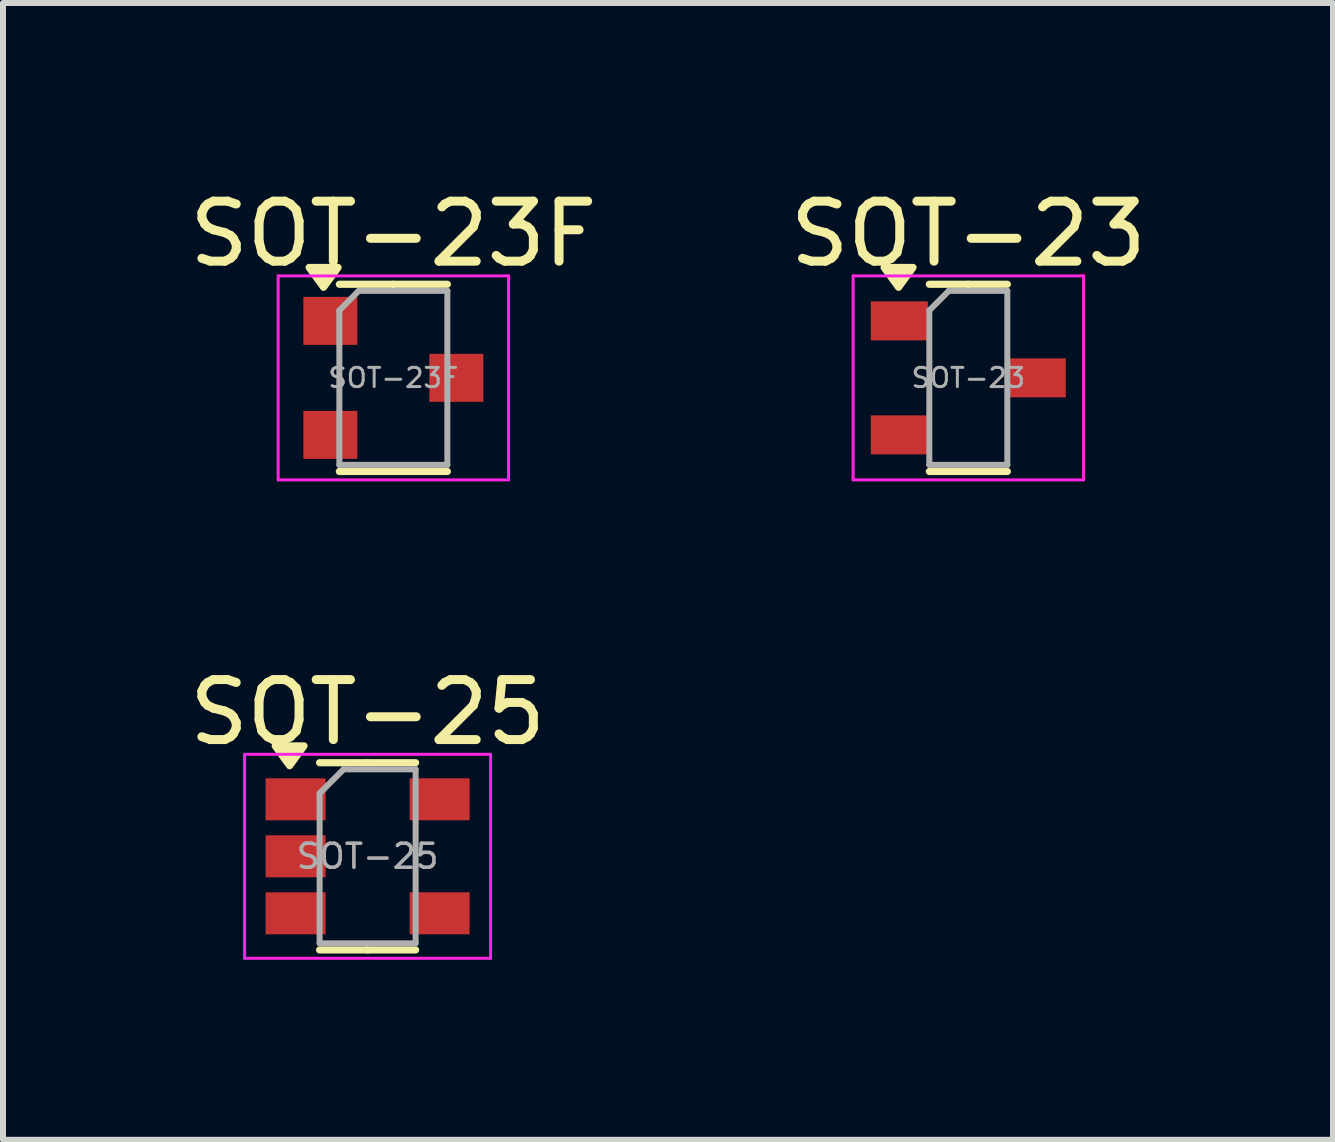
<source format=kicad_pcb>
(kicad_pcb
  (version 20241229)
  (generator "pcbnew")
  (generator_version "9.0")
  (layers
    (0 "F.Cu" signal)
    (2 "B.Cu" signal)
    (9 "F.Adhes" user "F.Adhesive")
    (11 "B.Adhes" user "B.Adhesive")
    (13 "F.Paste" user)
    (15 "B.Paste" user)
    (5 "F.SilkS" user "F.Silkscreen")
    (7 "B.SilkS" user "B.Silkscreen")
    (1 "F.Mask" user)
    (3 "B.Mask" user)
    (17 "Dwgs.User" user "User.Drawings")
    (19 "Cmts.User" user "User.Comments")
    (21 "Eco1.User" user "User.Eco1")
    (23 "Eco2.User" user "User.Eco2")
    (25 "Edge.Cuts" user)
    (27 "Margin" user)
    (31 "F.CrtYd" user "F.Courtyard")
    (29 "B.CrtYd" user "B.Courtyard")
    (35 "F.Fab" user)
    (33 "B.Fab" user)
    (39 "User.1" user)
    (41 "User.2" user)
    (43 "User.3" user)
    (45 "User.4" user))
  (footprint "SOT-23F"
    (layer "F.Cu")
    (at 3.506 3.248)
    (property "Reference" "SOT-23F" (at 0 -2.4 0) (layer "F.SilkS") (effects (font (size 1 1) (thickness 0.15))))
    (attr smd)
    (fp_line (start 0 -1.56) (end -0.9 -1.56) (stroke (width 0.12) (type solid)) (layer "F.SilkS"))
    (fp_line (start 0 -1.56) (end 0.9 -1.56) (stroke (width 0.12) (type solid)) (layer "F.SilkS"))
    (fp_line (start 0 1.56) (end -0.9 1.56) (stroke (width 0.12) (type solid)) (layer "F.SilkS"))
    (fp_line (start 0 1.56) (end 0.9 1.56) (stroke (width 0.12) (type solid)) (layer "F.SilkS"))
    (fp_poly (pts (xy -1.163 -1.51) (xy -1.403 -1.84) (xy -0.922 -1.84) (xy -1.163 -1.51)) (stroke (width 0.12) (type solid)) (fill yes) (layer "F.SilkS"))
    (fp_line (start -1.92 -1.7) (end -1.92 1.7) (stroke (width 0.05) (type solid)) (layer "F.CrtYd"))
    (fp_line (start -1.92 1.7) (end 1.92 1.7) (stroke (width 0.05) (type solid)) (layer "F.CrtYd"))
    (fp_line (start 1.92 -1.7) (end -1.92 -1.7) (stroke (width 0.05) (type solid)) (layer "F.CrtYd"))
    (fp_line (start 1.92 1.7) (end 1.92 -1.7) (stroke (width 0.05) (type solid)) (layer "F.CrtYd"))
    (fp_line (start -0.9 -1.125) (end -0.578 -1.45) (stroke (width 0.1) (type solid)) (layer "F.Fab"))
    (fp_line (start -0.9 1.45) (end -0.9 -1.125) (stroke (width 0.1) (type solid)) (layer "F.Fab"))
    (fp_line (start -0.578 -1.45) (end 0.9 -1.45) (stroke (width 0.1) (type solid)) (layer "F.Fab"))
    (fp_line (start 0.9 -1.45) (end 0.9 1.45) (stroke (width 0.1) (type solid)) (layer "F.Fab"))
    (fp_line (start 0.9 1.45) (end -0.9 1.45) (stroke (width 0.1) (type solid)) (layer "F.Fab"))
    (fp_text user "${REFERENCE}" (at 0 0 0) (layer "F.Fab") (effects (font (size 0.32 0.32) (thickness 0.05))))
    (pad "1" smd rect (at -1.05 -0.95) (size 0.9 0.8) (layers "F.Cu" "F.Mask" "F.Paste"))
    (pad "2" smd rect (at -1.05 0.95) (size 0.9 0.8) (layers "F.Cu" "F.Mask" "F.Paste"))
    (pad "3" smd rect (at 1.05 0) (size 0.9 0.8) (layers "F.Cu" "F.Mask" "F.Paste")))
  (footprint "SOT-25"
    (layer "F.Cu")
    (at 3.077 11.222)
    (property "Reference" "SOT-25" (at 0 -2.4 0) (layer "F.SilkS") (effects (font (size 1 1) (thickness 0.15))))
    (attr smd)
    (fp_line (start 0 -1.56) (end -0.8 -1.56) (stroke (width 0.12) (type solid)) (layer "F.SilkS"))
    (fp_line (start 0 -1.56) (end 0.8 -1.56) (stroke (width 0.12) (type solid)) (layer "F.SilkS"))
    (fp_line (start 0 1.56) (end -0.8 1.56) (stroke (width 0.12) (type solid)) (layer "F.SilkS"))
    (fp_line (start 0 1.56) (end 0.8 1.56) (stroke (width 0.12) (type solid)) (layer "F.SilkS"))
    (fp_poly (pts (xy -1.3 -1.51) (xy -1.54 -1.84) (xy -1.06 -1.84) (xy -1.3 -1.51)) (stroke (width 0.12) (type solid)) (fill yes) (layer "F.SilkS"))
    (fp_line (start -2.05 -1.7) (end -2.05 1.7) (stroke (width 0.05) (type solid)) (layer "F.CrtYd"))
    (fp_line (start -2.05 1.7) (end 2.05 1.7) (stroke (width 0.05) (type solid)) (layer "F.CrtYd"))
    (fp_line (start 2.05 -1.7) (end -2.05 -1.7) (stroke (width 0.05) (type solid)) (layer "F.CrtYd"))
    (fp_line (start 2.05 1.7) (end 2.05 -1.7) (stroke (width 0.05) (type solid)) (layer "F.CrtYd"))
    (fp_line (start -0.8 -1.05) (end -0.4 -1.45) (stroke (width 0.1) (type solid)) (layer "F.Fab"))
    (fp_line (start -0.8 1.45) (end -0.8 -1.05) (stroke (width 0.1) (type solid)) (layer "F.Fab"))
    (fp_line (start -0.4 -1.45) (end 0.8 -1.45) (stroke (width 0.1) (type solid)) (layer "F.Fab"))
    (fp_line (start 0.8 -1.45) (end 0.8 1.45) (stroke (width 0.1) (type solid)) (layer "F.Fab"))
    (fp_line (start 0.8 1.45) (end -0.8 1.45) (stroke (width 0.1) (type solid)) (layer "F.Fab"))
    (fp_text user "${REFERENCE}" (at 0 0 0) (layer "F.Fab") (effects (font (size 0.4 0.4) (thickness 0.06))))
    (pad "1" smd rect (at -1.2 -0.95) (size 1 0.7) (layers "F.Cu" "F.Mask" "F.Paste"))
    (pad "2" smd rect (at -1.2 0) (size 1 0.7) (layers "F.Cu" "F.Mask" "F.Paste"))
    (pad "3" smd rect (at -1.2 0.95) (size 1 0.7) (layers "F.Cu" "F.Mask" "F.Paste"))
    (pad "4" smd rect (at 1.2 0.95) (size 1 0.7) (layers "F.Cu" "F.Mask" "F.Paste"))
    (pad "5" smd rect (at 1.2 -0.95) (size 1 0.7) (layers "F.Cu" "F.Mask" "F.Paste")))
  (footprint "SOT-23"
    (layer "F.Cu")
    (at 13.089 3.248)
    (property "Reference" "SOT-23" (at 0 -2.4 0) (layer "F.SilkS") (effects (font (size 1 1) (thickness 0.15))))
    (attr smd)
    (fp_line (start 0 -1.56) (end -0.65 -1.56) (stroke (width 0.12) (type solid)) (layer "F.SilkS"))
    (fp_line (start 0 -1.56) (end 0.65 -1.56) (stroke (width 0.12) (type solid)) (layer "F.SilkS"))
    (fp_line (start 0 1.56) (end -0.65 1.56) (stroke (width 0.12) (type solid)) (layer "F.SilkS"))
    (fp_line (start 0 1.56) (end 0.65 1.56) (stroke (width 0.12) (type solid)) (layer "F.SilkS"))
    (fp_poly (pts (xy -1.163 -1.51) (xy -1.403 -1.84) (xy -0.922 -1.84) (xy -1.163 -1.51)) (stroke (width 0.12) (type solid)) (fill yes) (layer "F.SilkS"))
    (fp_line (start -1.92 -1.7) (end -1.92 1.7) (stroke (width 0.05) (type solid)) (layer "F.CrtYd"))
    (fp_line (start -1.92 1.7) (end 1.92 1.7) (stroke (width 0.05) (type solid)) (layer "F.CrtYd"))
    (fp_line (start 1.92 -1.7) (end -1.92 -1.7) (stroke (width 0.05) (type solid)) (layer "F.CrtYd"))
    (fp_line (start 1.92 1.7) (end 1.92 -1.7) (stroke (width 0.05) (type solid)) (layer "F.CrtYd"))
    (fp_line (start -0.65 -1.125) (end -0.325 -1.45) (stroke (width 0.1) (type solid)) (layer "F.Fab"))
    (fp_line (start -0.65 1.45) (end -0.65 -1.125) (stroke (width 0.1) (type solid)) (layer "F.Fab"))
    (fp_line (start -0.325 -1.45) (end 0.65 -1.45) (stroke (width 0.1) (type solid)) (layer "F.Fab"))
    (fp_line (start 0.65 -1.45) (end 0.65 1.45) (stroke (width 0.1) (type solid)) (layer "F.Fab"))
    (fp_line (start 0.65 1.45) (end -0.65 1.45) (stroke (width 0.1) (type solid)) (layer "F.Fab"))
    (fp_text user "${REFERENCE}" (at 0 0 0) (layer "F.Fab") (effects (font (size 0.32 0.32) (thickness 0.05))))
    (pad "1" smd rect (at -1.15 -0.95) (size 0.95 0.65) (layers "F.Cu" "F.Mask" "F.Paste"))
    (pad "2" smd rect (at -1.15 0.95) (size 0.95 0.65) (layers "F.Cu" "F.Mask" "F.Paste"))
    (pad "3" smd rect (at 1.15 0) (size 0.95 0.65) (layers "F.Cu" "F.Mask" "F.Paste")))
  (gr_rect
    (start -3 -3)
    (end 19.167 15.947)
    (stroke (width 0.1) (type default))
    (fill no)
    (layer "Edge.Cuts")))
</source>
